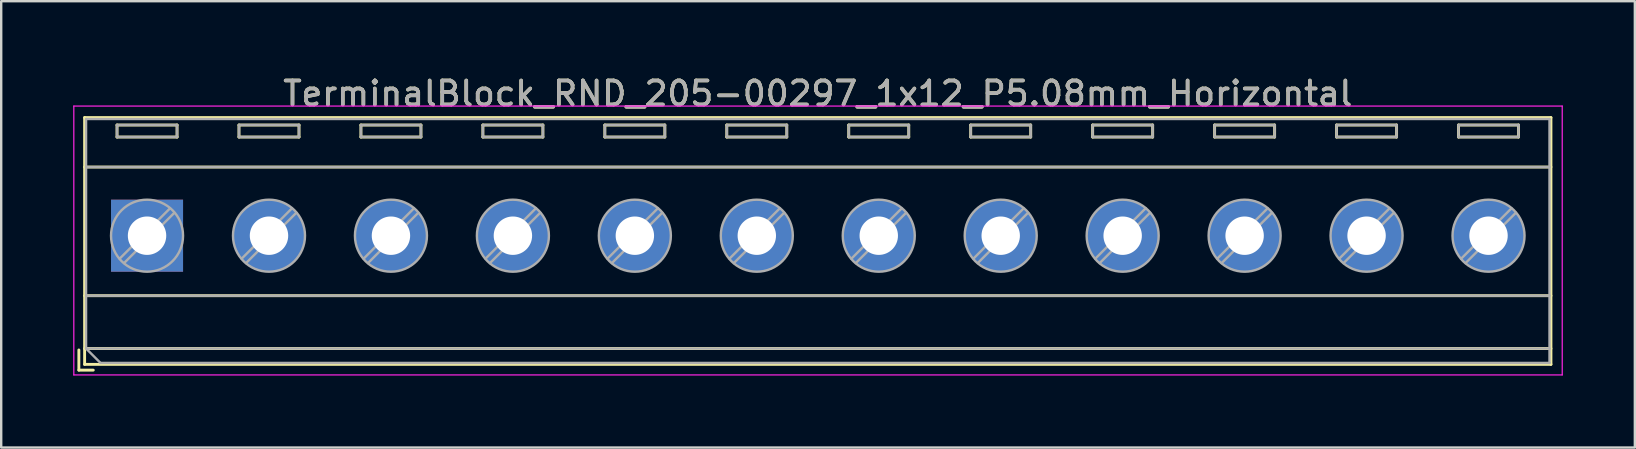
<source format=kicad_pcb>
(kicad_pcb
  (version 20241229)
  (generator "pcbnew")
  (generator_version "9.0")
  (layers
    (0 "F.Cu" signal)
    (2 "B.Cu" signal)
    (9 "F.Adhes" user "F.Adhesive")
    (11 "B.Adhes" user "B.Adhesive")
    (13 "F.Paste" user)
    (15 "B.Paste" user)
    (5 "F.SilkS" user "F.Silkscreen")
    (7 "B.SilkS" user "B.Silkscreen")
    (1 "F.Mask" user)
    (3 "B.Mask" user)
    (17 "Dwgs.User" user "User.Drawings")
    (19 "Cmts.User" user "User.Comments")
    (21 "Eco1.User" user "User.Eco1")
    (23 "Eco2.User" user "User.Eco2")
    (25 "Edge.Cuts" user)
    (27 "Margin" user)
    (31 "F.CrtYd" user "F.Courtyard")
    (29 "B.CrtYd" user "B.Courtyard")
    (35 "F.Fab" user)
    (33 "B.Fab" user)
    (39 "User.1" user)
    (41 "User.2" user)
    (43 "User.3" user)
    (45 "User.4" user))
  (footprint "TerminalBlock_RND_205-00297_1x12_P5.08mm_Horizontal"
    (layer "F.Cu")
    (at 3.075 6.768)
    (property "Reference" "TerminalBlock_RND_205-00297_1x12_P5.08mm_Horizontal" (at 27.94 -5.92 0) (layer "F.SilkS") (effects (font (size 1 1) (thickness 0.15))))
    (attr through_hole)
    (fp_line (start -2.84 4.76) (end -2.84 5.6) (stroke (width 0.12) (type solid)) (layer "F.SilkS"))
    (fp_line (start -2.84 5.6) (end -2.24 5.6) (stroke (width 0.12) (type solid)) (layer "F.SilkS"))
    (fp_line (start -2.6 -4.92) (end -2.6 5.36) (stroke (width 0.12) (type solid)) (layer "F.SilkS"))
    (fp_line (start -2.6 -4.92) (end 58.48 -4.92) (stroke (width 0.12) (type solid)) (layer "F.SilkS"))
    (fp_line (start -2.6 -2.861) (end 58.48 -2.861) (stroke (width 0.12) (type solid)) (layer "F.SilkS"))
    (fp_line (start -2.6 2.5) (end 58.48 2.5) (stroke (width 0.12) (type solid)) (layer "F.SilkS"))
    (fp_line (start -2.6 4.7) (end 58.48 4.7) (stroke (width 0.12) (type solid)) (layer "F.SilkS"))
    (fp_line (start -2.6 5.36) (end 58.48 5.36) (stroke (width 0.12) (type solid)) (layer "F.SilkS"))
    (fp_line (start -1.25 -4.61) (end -1.25 -4.11) (stroke (width 0.12) (type solid)) (layer "F.SilkS"))
    (fp_line (start -1.25 -4.61) (end 1.25 -4.61) (stroke (width 0.12) (type solid)) (layer "F.SilkS"))
    (fp_line (start -1.25 -4.11) (end 1.25 -4.11) (stroke (width 0.12) (type solid)) (layer "F.SilkS"))
    (fp_line (start 1.25 -4.61) (end 1.25 -4.11) (stroke (width 0.12) (type solid)) (layer "F.SilkS"))
    (fp_line (start 3.83 -4.61) (end 3.83 -4.11) (stroke (width 0.12) (type solid)) (layer "F.SilkS"))
    (fp_line (start 3.83 -4.61) (end 6.33 -4.61) (stroke (width 0.12) (type solid)) (layer "F.SilkS"))
    (fp_line (start 3.83 -4.11) (end 6.33 -4.11) (stroke (width 0.12) (type solid)) (layer "F.SilkS"))
    (fp_line (start 6.33 -4.61) (end 6.33 -4.11) (stroke (width 0.12) (type solid)) (layer "F.SilkS"))
    (fp_line (start 8.91 -4.61) (end 8.91 -4.11) (stroke (width 0.12) (type solid)) (layer "F.SilkS"))
    (fp_line (start 8.91 -4.61) (end 11.41 -4.61) (stroke (width 0.12) (type solid)) (layer "F.SilkS"))
    (fp_line (start 8.91 -4.11) (end 11.41 -4.11) (stroke (width 0.12) (type solid)) (layer "F.SilkS"))
    (fp_line (start 11.41 -4.61) (end 11.41 -4.11) (stroke (width 0.12) (type solid)) (layer "F.SilkS"))
    (fp_line (start 13.99 -4.61) (end 13.99 -4.11) (stroke (width 0.12) (type solid)) (layer "F.SilkS"))
    (fp_line (start 13.99 -4.61) (end 16.49 -4.61) (stroke (width 0.12) (type solid)) (layer "F.SilkS"))
    (fp_line (start 13.99 -4.11) (end 16.49 -4.11) (stroke (width 0.12) (type solid)) (layer "F.SilkS"))
    (fp_line (start 16.49 -4.61) (end 16.49 -4.11) (stroke (width 0.12) (type solid)) (layer "F.SilkS"))
    (fp_line (start 19.07 -4.61) (end 19.07 -4.11) (stroke (width 0.12) (type solid)) (layer "F.SilkS"))
    (fp_line (start 19.07 -4.61) (end 21.57 -4.61) (stroke (width 0.12) (type solid)) (layer "F.SilkS"))
    (fp_line (start 19.07 -4.11) (end 21.57 -4.11) (stroke (width 0.12) (type solid)) (layer "F.SilkS"))
    (fp_line (start 21.57 -4.61) (end 21.57 -4.11) (stroke (width 0.12) (type solid)) (layer "F.SilkS"))
    (fp_line (start 24.15 -4.61) (end 24.15 -4.11) (stroke (width 0.12) (type solid)) (layer "F.SilkS"))
    (fp_line (start 24.15 -4.61) (end 26.65 -4.61) (stroke (width 0.12) (type solid)) (layer "F.SilkS"))
    (fp_line (start 24.15 -4.11) (end 26.65 -4.11) (stroke (width 0.12) (type solid)) (layer "F.SilkS"))
    (fp_line (start 26.65 -4.61) (end 26.65 -4.11) (stroke (width 0.12) (type solid)) (layer "F.SilkS"))
    (fp_line (start 29.23 -4.61) (end 29.23 -4.11) (stroke (width 0.12) (type solid)) (layer "F.SilkS"))
    (fp_line (start 29.23 -4.61) (end 31.73 -4.61) (stroke (width 0.12) (type solid)) (layer "F.SilkS"))
    (fp_line (start 29.23 -4.11) (end 31.73 -4.11) (stroke (width 0.12) (type solid)) (layer "F.SilkS"))
    (fp_line (start 31.73 -4.61) (end 31.73 -4.11) (stroke (width 0.12) (type solid)) (layer "F.SilkS"))
    (fp_line (start 34.31 -4.61) (end 34.31 -4.11) (stroke (width 0.12) (type solid)) (layer "F.SilkS"))
    (fp_line (start 34.31 -4.61) (end 36.81 -4.61) (stroke (width 0.12) (type solid)) (layer "F.SilkS"))
    (fp_line (start 34.31 -4.11) (end 36.81 -4.11) (stroke (width 0.12) (type solid)) (layer "F.SilkS"))
    (fp_line (start 36.81 -4.61) (end 36.81 -4.11) (stroke (width 0.12) (type solid)) (layer "F.SilkS"))
    (fp_line (start 39.39 -4.61) (end 39.39 -4.11) (stroke (width 0.12) (type solid)) (layer "F.SilkS"))
    (fp_line (start 39.39 -4.61) (end 41.89 -4.61) (stroke (width 0.12) (type solid)) (layer "F.SilkS"))
    (fp_line (start 39.39 -4.11) (end 41.89 -4.11) (stroke (width 0.12) (type solid)) (layer "F.SilkS"))
    (fp_line (start 41.89 -4.61) (end 41.89 -4.11) (stroke (width 0.12) (type solid)) (layer "F.SilkS"))
    (fp_line (start 44.47 -4.61) (end 44.47 -4.11) (stroke (width 0.12) (type solid)) (layer "F.SilkS"))
    (fp_line (start 44.47 -4.61) (end 46.97 -4.61) (stroke (width 0.12) (type solid)) (layer "F.SilkS"))
    (fp_line (start 44.47 -4.11) (end 46.97 -4.11) (stroke (width 0.12) (type solid)) (layer "F.SilkS"))
    (fp_line (start 46.97 -4.61) (end 46.97 -4.11) (stroke (width 0.12) (type solid)) (layer "F.SilkS"))
    (fp_line (start 49.55 -4.61) (end 49.55 -4.11) (stroke (width 0.12) (type solid)) (layer "F.SilkS"))
    (fp_line (start 49.55 -4.61) (end 52.05 -4.61) (stroke (width 0.12) (type solid)) (layer "F.SilkS"))
    (fp_line (start 49.55 -4.11) (end 52.05 -4.11) (stroke (width 0.12) (type solid)) (layer "F.SilkS"))
    (fp_line (start 52.05 -4.61) (end 52.05 -4.11) (stroke (width 0.12) (type solid)) (layer "F.SilkS"))
    (fp_line (start 54.63 -4.61) (end 54.63 -4.11) (stroke (width 0.12) (type solid)) (layer "F.SilkS"))
    (fp_line (start 54.63 -4.61) (end 57.13 -4.61) (stroke (width 0.12) (type solid)) (layer "F.SilkS"))
    (fp_line (start 54.63 -4.11) (end 57.13 -4.11) (stroke (width 0.12) (type solid)) (layer "F.SilkS"))
    (fp_line (start 57.13 -4.61) (end 57.13 -4.11) (stroke (width 0.12) (type solid)) (layer "F.SilkS"))
    (fp_line (start 58.48 -4.92) (end 58.48 5.36) (stroke (width 0.12) (type solid)) (layer "F.SilkS"))
    (fp_line (start -3.05 -5.4) (end -3.05 5.8) (stroke (width 0.05) (type solid)) (layer "F.CrtYd"))
    (fp_line (start -3.05 5.8) (end 58.95 5.8) (stroke (width 0.05) (type solid)) (layer "F.CrtYd"))
    (fp_line (start 58.95 -5.4) (end -3.05 -5.4) (stroke (width 0.05) (type solid)) (layer "F.CrtYd"))
    (fp_line (start 58.95 5.8) (end 58.95 -5.4) (stroke (width 0.05) (type solid)) (layer "F.CrtYd"))
    (fp_line (start -2.54 -4.86) (end 58.42 -4.86) (stroke (width 0.1) (type solid)) (layer "F.Fab"))
    (fp_line (start -2.54 -2.86) (end 58.42 -2.86) (stroke (width 0.1) (type solid)) (layer "F.Fab"))
    (fp_line (start -2.54 2.5) (end 58.42 2.5) (stroke (width 0.1) (type solid)) (layer "F.Fab"))
    (fp_line (start -2.54 4.7) (end -2.54 -4.86) (stroke (width 0.1) (type solid)) (layer "F.Fab"))
    (fp_line (start -2.54 4.7) (end 58.42 4.7) (stroke (width 0.1) (type solid)) (layer "F.Fab"))
    (fp_line (start -1.94 5.3) (end -2.54 4.7) (stroke (width 0.1) (type solid)) (layer "F.Fab"))
    (fp_line (start -1.25 -4.61) (end -1.25 -4.11) (stroke (width 0.1) (type solid)) (layer "F.Fab"))
    (fp_line (start -1.25 -4.11) (end 1.25 -4.11) (stroke (width 0.1) (type solid)) (layer "F.Fab"))
    (fp_line (start 0.955 -1.138) (end -1.138 0.955) (stroke (width 0.1) (type solid)) (layer "F.Fab"))
    (fp_line (start 1.138 -0.955) (end -0.955 1.138) (stroke (width 0.1) (type solid)) (layer "F.Fab"))
    (fp_line (start 1.25 -4.61) (end -1.25 -4.61) (stroke (width 0.1) (type solid)) (layer "F.Fab"))
    (fp_line (start 1.25 -4.11) (end 1.25 -4.61) (stroke (width 0.1) (type solid)) (layer "F.Fab"))
    (fp_line (start 3.83 -4.61) (end 3.83 -4.11) (stroke (width 0.1) (type solid)) (layer "F.Fab"))
    (fp_line (start 3.83 -4.11) (end 6.33 -4.11) (stroke (width 0.1) (type solid)) (layer "F.Fab"))
    (fp_line (start 6.035 -1.138) (end 3.943 0.955) (stroke (width 0.1) (type solid)) (layer "F.Fab"))
    (fp_line (start 6.218 -0.955) (end 4.126 1.138) (stroke (width 0.1) (type solid)) (layer "F.Fab"))
    (fp_line (start 6.33 -4.61) (end 3.83 -4.61) (stroke (width 0.1) (type solid)) (layer "F.Fab"))
    (fp_line (start 6.33 -4.11) (end 6.33 -4.61) (stroke (width 0.1) (type solid)) (layer "F.Fab"))
    (fp_line (start 8.91 -4.61) (end 8.91 -4.11) (stroke (width 0.1) (type solid)) (layer "F.Fab"))
    (fp_line (start 8.91 -4.11) (end 11.41 -4.11) (stroke (width 0.1) (type solid)) (layer "F.Fab"))
    (fp_line (start 11.115 -1.138) (end 9.023 0.955) (stroke (width 0.1) (type solid)) (layer "F.Fab"))
    (fp_line (start 11.298 -0.955) (end 9.206 1.138) (stroke (width 0.1) (type solid)) (layer "F.Fab"))
    (fp_line (start 11.41 -4.61) (end 8.91 -4.61) (stroke (width 0.1) (type solid)) (layer "F.Fab"))
    (fp_line (start 11.41 -4.11) (end 11.41 -4.61) (stroke (width 0.1) (type solid)) (layer "F.Fab"))
    (fp_line (start 13.99 -4.61) (end 13.99 -4.11) (stroke (width 0.1) (type solid)) (layer "F.Fab"))
    (fp_line (start 13.99 -4.11) (end 16.49 -4.11) (stroke (width 0.1) (type solid)) (layer "F.Fab"))
    (fp_line (start 16.195 -1.138) (end 14.103 0.955) (stroke (width 0.1) (type solid)) (layer "F.Fab"))
    (fp_line (start 16.378 -0.955) (end 14.286 1.138) (stroke (width 0.1) (type solid)) (layer "F.Fab"))
    (fp_line (start 16.49 -4.61) (end 13.99 -4.61) (stroke (width 0.1) (type solid)) (layer "F.Fab"))
    (fp_line (start 16.49 -4.11) (end 16.49 -4.61) (stroke (width 0.1) (type solid)) (layer "F.Fab"))
    (fp_line (start 19.07 -4.61) (end 19.07 -4.11) (stroke (width 0.1) (type solid)) (layer "F.Fab"))
    (fp_line (start 19.07 -4.11) (end 21.57 -4.11) (stroke (width 0.1) (type solid)) (layer "F.Fab"))
    (fp_line (start 21.275 -1.138) (end 19.183 0.955) (stroke (width 0.1) (type solid)) (layer "F.Fab"))
    (fp_line (start 21.458 -0.955) (end 19.366 1.138) (stroke (width 0.1) (type solid)) (layer "F.Fab"))
    (fp_line (start 21.57 -4.61) (end 19.07 -4.61) (stroke (width 0.1) (type solid)) (layer "F.Fab"))
    (fp_line (start 21.57 -4.11) (end 21.57 -4.61) (stroke (width 0.1) (type solid)) (layer "F.Fab"))
    (fp_line (start 24.15 -4.61) (end 24.15 -4.11) (stroke (width 0.1) (type solid)) (layer "F.Fab"))
    (fp_line (start 24.15 -4.11) (end 26.65 -4.11) (stroke (width 0.1) (type solid)) (layer "F.Fab"))
    (fp_line (start 26.355 -1.138) (end 24.263 0.955) (stroke (width 0.1) (type solid)) (layer "F.Fab"))
    (fp_line (start 26.538 -0.955) (end 24.446 1.138) (stroke (width 0.1) (type solid)) (layer "F.Fab"))
    (fp_line (start 26.65 -4.61) (end 24.15 -4.61) (stroke (width 0.1) (type solid)) (layer "F.Fab"))
    (fp_line (start 26.65 -4.11) (end 26.65 -4.61) (stroke (width 0.1) (type solid)) (layer "F.Fab"))
    (fp_line (start 29.23 -4.61) (end 29.23 -4.11) (stroke (width 0.1) (type solid)) (layer "F.Fab"))
    (fp_line (start 29.23 -4.11) (end 31.73 -4.11) (stroke (width 0.1) (type solid)) (layer "F.Fab"))
    (fp_line (start 31.435 -1.138) (end 29.343 0.955) (stroke (width 0.1) (type solid)) (layer "F.Fab"))
    (fp_line (start 31.618 -0.955) (end 29.526 1.138) (stroke (width 0.1) (type solid)) (layer "F.Fab"))
    (fp_line (start 31.73 -4.61) (end 29.23 -4.61) (stroke (width 0.1) (type solid)) (layer "F.Fab"))
    (fp_line (start 31.73 -4.11) (end 31.73 -4.61) (stroke (width 0.1) (type solid)) (layer "F.Fab"))
    (fp_line (start 34.31 -4.61) (end 34.31 -4.11) (stroke (width 0.1) (type solid)) (layer "F.Fab"))
    (fp_line (start 34.31 -4.11) (end 36.81 -4.11) (stroke (width 0.1) (type solid)) (layer "F.Fab"))
    (fp_line (start 36.515 -1.138) (end 34.423 0.955) (stroke (width 0.1) (type solid)) (layer "F.Fab"))
    (fp_line (start 36.698 -0.955) (end 34.606 1.138) (stroke (width 0.1) (type solid)) (layer "F.Fab"))
    (fp_line (start 36.81 -4.61) (end 34.31 -4.61) (stroke (width 0.1) (type solid)) (layer "F.Fab"))
    (fp_line (start 36.81 -4.11) (end 36.81 -4.61) (stroke (width 0.1) (type solid)) (layer "F.Fab"))
    (fp_line (start 39.39 -4.61) (end 39.39 -4.11) (stroke (width 0.1) (type solid)) (layer "F.Fab"))
    (fp_line (start 39.39 -4.11) (end 41.89 -4.11) (stroke (width 0.1) (type solid)) (layer "F.Fab"))
    (fp_line (start 41.595 -1.138) (end 39.503 0.955) (stroke (width 0.1) (type solid)) (layer "F.Fab"))
    (fp_line (start 41.778 -0.955) (end 39.686 1.138) (stroke (width 0.1) (type solid)) (layer "F.Fab"))
    (fp_line (start 41.89 -4.61) (end 39.39 -4.61) (stroke (width 0.1) (type solid)) (layer "F.Fab"))
    (fp_line (start 41.89 -4.11) (end 41.89 -4.61) (stroke (width 0.1) (type solid)) (layer "F.Fab"))
    (fp_line (start 44.47 -4.61) (end 44.47 -4.11) (stroke (width 0.1) (type solid)) (layer "F.Fab"))
    (fp_line (start 44.47 -4.11) (end 46.97 -4.11) (stroke (width 0.1) (type solid)) (layer "F.Fab"))
    (fp_line (start 46.675 -1.138) (end 44.583 0.955) (stroke (width 0.1) (type solid)) (layer "F.Fab"))
    (fp_line (start 46.858 -0.955) (end 44.766 1.138) (stroke (width 0.1) (type solid)) (layer "F.Fab"))
    (fp_line (start 46.97 -4.61) (end 44.47 -4.61) (stroke (width 0.1) (type solid)) (layer "F.Fab"))
    (fp_line (start 46.97 -4.11) (end 46.97 -4.61) (stroke (width 0.1) (type solid)) (layer "F.Fab"))
    (fp_line (start 49.55 -4.61) (end 49.55 -4.11) (stroke (width 0.1) (type solid)) (layer "F.Fab"))
    (fp_line (start 49.55 -4.11) (end 52.05 -4.11) (stroke (width 0.1) (type solid)) (layer "F.Fab"))
    (fp_line (start 51.755 -1.138) (end 49.663 0.955) (stroke (width 0.1) (type solid)) (layer "F.Fab"))
    (fp_line (start 51.938 -0.955) (end 49.846 1.138) (stroke (width 0.1) (type solid)) (layer "F.Fab"))
    (fp_line (start 52.05 -4.61) (end 49.55 -4.61) (stroke (width 0.1) (type solid)) (layer "F.Fab"))
    (fp_line (start 52.05 -4.11) (end 52.05 -4.61) (stroke (width 0.1) (type solid)) (layer "F.Fab"))
    (fp_line (start 54.63 -4.61) (end 54.63 -4.11) (stroke (width 0.1) (type solid)) (layer "F.Fab"))
    (fp_line (start 54.63 -4.11) (end 57.13 -4.11) (stroke (width 0.1) (type solid)) (layer "F.Fab"))
    (fp_line (start 56.835 -1.138) (end 54.743 0.955) (stroke (width 0.1) (type solid)) (layer "F.Fab"))
    (fp_line (start 57.018 -0.955) (end 54.926 1.138) (stroke (width 0.1) (type solid)) (layer "F.Fab"))
    (fp_line (start 57.13 -4.61) (end 54.63 -4.61) (stroke (width 0.1) (type solid)) (layer "F.Fab"))
    (fp_line (start 57.13 -4.11) (end 57.13 -4.61) (stroke (width 0.1) (type solid)) (layer "F.Fab"))
    (fp_line (start 58.42 -4.86) (end 58.42 5.3) (stroke (width 0.1) (type solid)) (layer "F.Fab"))
    (fp_line (start 58.42 5.3) (end -1.94 5.3) (stroke (width 0.1) (type solid)) (layer "F.Fab"))
    (fp_circle (center 0 0) (end 1.5 0) (stroke (width 0.1) (type solid)) (fill no) (layer "F.Fab"))
    (fp_circle (center 5.08 0) (end 6.58 0) (stroke (width 0.1) (type solid)) (fill no) (layer "F.Fab"))
    (fp_circle (center 10.16 0) (end 11.66 0) (stroke (width 0.1) (type solid)) (fill no) (layer "F.Fab"))
    (fp_circle (center 15.24 0) (end 16.74 0) (stroke (width 0.1) (type solid)) (fill no) (layer "F.Fab"))
    (fp_circle (center 20.32 0) (end 21.82 0) (stroke (width 0.1) (type solid)) (fill no) (layer "F.Fab"))
    (fp_circle (center 25.4 0) (end 26.9 0) (stroke (width 0.1) (type solid)) (fill no) (layer "F.Fab"))
    (fp_circle (center 30.48 0) (end 31.98 0) (stroke (width 0.1) (type solid)) (fill no) (layer "F.Fab"))
    (fp_circle (center 35.56 0) (end 37.06 0) (stroke (width 0.1) (type solid)) (fill no) (layer "F.Fab"))
    (fp_circle (center 40.64 0) (end 42.14 0) (stroke (width 0.1) (type solid)) (fill no) (layer "F.Fab"))
    (fp_circle (center 45.72 0) (end 47.22 0) (stroke (width 0.1) (type solid)) (fill no) (layer "F.Fab"))
    (fp_circle (center 50.8 0) (end 52.3 0) (stroke (width 0.1) (type solid)) (fill no) (layer "F.Fab"))
    (fp_circle (center 55.88 0) (end 57.38 0) (stroke (width 0.1) (type solid)) (fill no) (layer "F.Fab"))
    (fp_text user "${REFERENCE}" (at 27.94 -5.92 0) (layer "F.Fab") (effects (font (size 1 1) (thickness 0.15))))
    (pad "1" thru_hole rect (at 0 0) (size 3 3) (drill 1.6) (layers "*.Cu" "*.Mask"))
    (pad "2" thru_hole circle (at 5.08 0) (size 3 3) (drill 1.6) (layers "*.Cu" "*.Mask"))
    (pad "3" thru_hole circle (at 10.16 0) (size 3 3) (drill 1.6) (layers "*.Cu" "*.Mask"))
    (pad "4" thru_hole circle (at 15.24 0) (size 3 3) (drill 1.6) (layers "*.Cu" "*.Mask"))
    (pad "5" thru_hole circle (at 20.32 0) (size 3 3) (drill 1.6) (layers "*.Cu" "*.Mask"))
    (pad "6" thru_hole circle (at 25.4 0) (size 3 3) (drill 1.6) (layers "*.Cu" "*.Mask"))
    (pad "7" thru_hole circle (at 30.48 0) (size 3 3) (drill 1.6) (layers "*.Cu" "*.Mask"))
    (pad "8" thru_hole circle (at 35.56 0) (size 3 3) (drill 1.6) (layers "*.Cu" "*.Mask"))
    (pad "9" thru_hole circle (at 40.64 0) (size 3 3) (drill 1.6) (layers "*.Cu" "*.Mask"))
    (pad "10" thru_hole circle (at 45.72 0) (size 3 3) (drill 1.6) (layers "*.Cu" "*.Mask"))
    (pad "11" thru_hole circle (at 50.8 0) (size 3 3) (drill 1.6) (layers "*.Cu" "*.Mask"))
    (pad "12" thru_hole circle (at 55.88 0) (size 3 3) (drill 1.6) (layers "*.Cu" "*.Mask")))
  (gr_rect
    (start -3 -3)
    (end 65.05 15.593)
    (stroke (width 0.1) (type default))
    (fill no)
    (layer "Edge.Cuts")))
</source>
